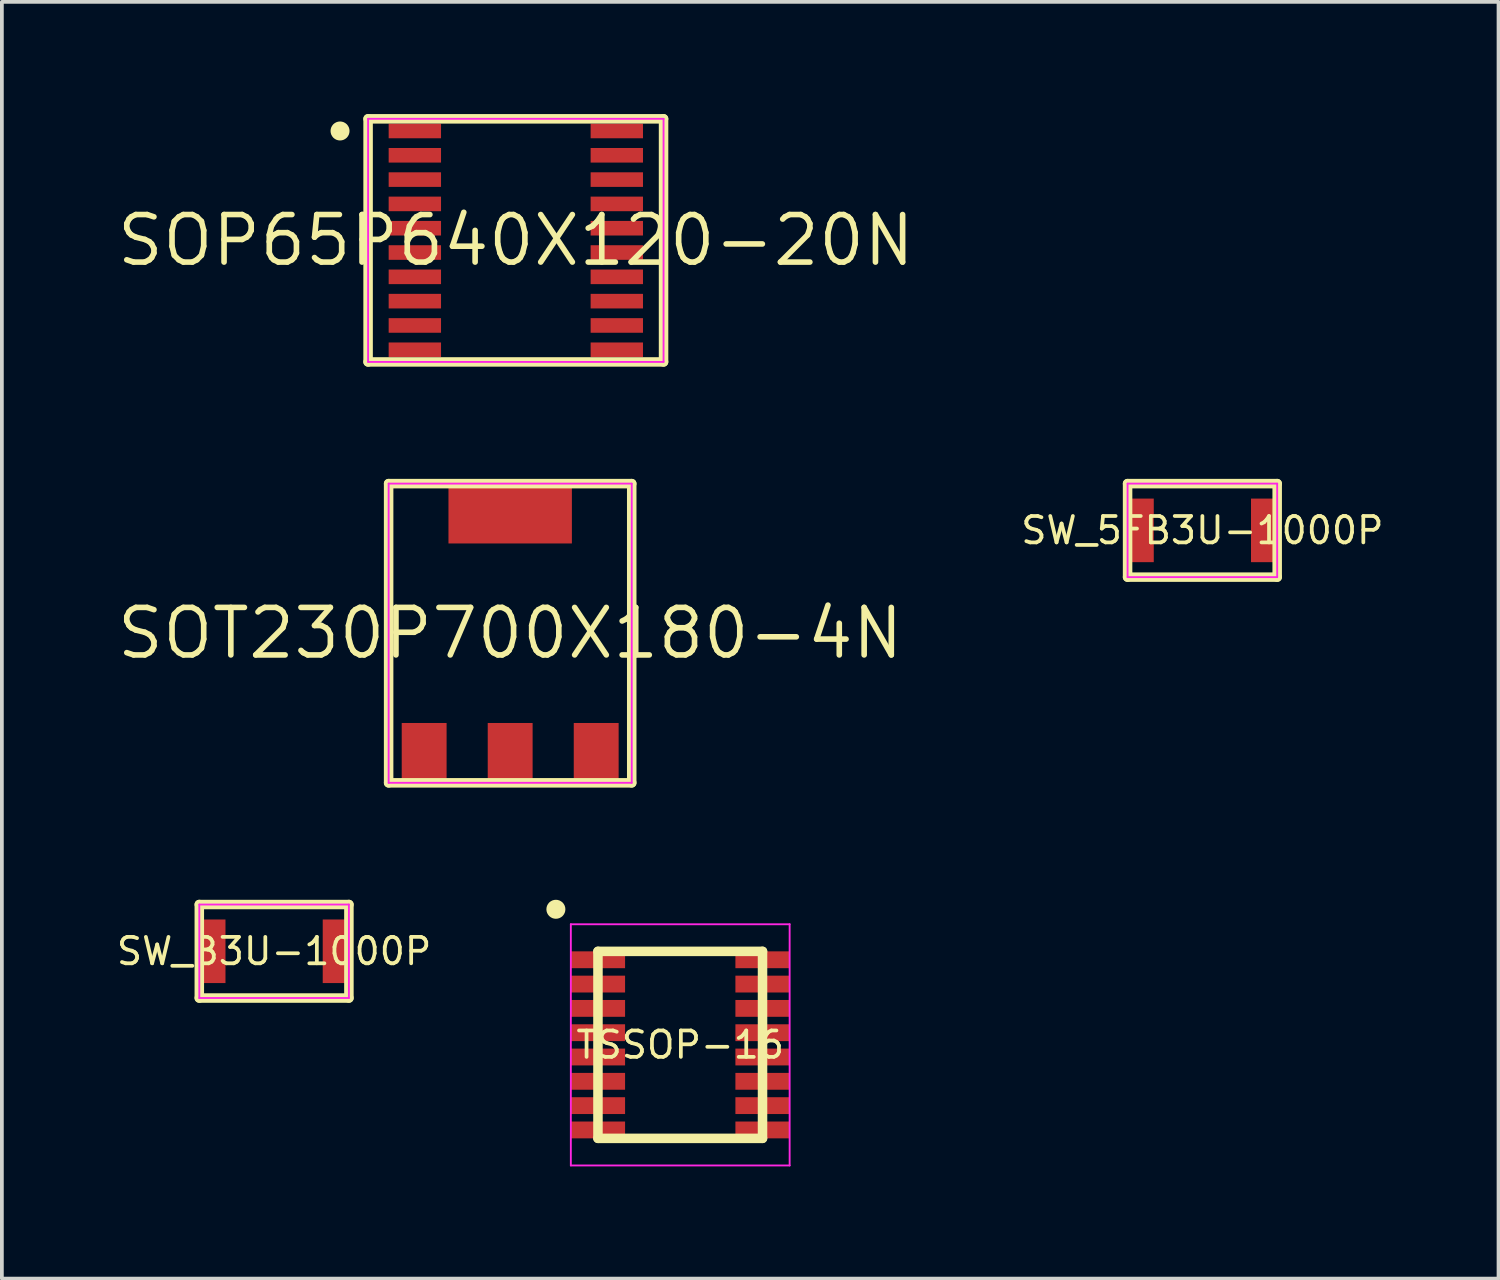
<source format=kicad_pcb>
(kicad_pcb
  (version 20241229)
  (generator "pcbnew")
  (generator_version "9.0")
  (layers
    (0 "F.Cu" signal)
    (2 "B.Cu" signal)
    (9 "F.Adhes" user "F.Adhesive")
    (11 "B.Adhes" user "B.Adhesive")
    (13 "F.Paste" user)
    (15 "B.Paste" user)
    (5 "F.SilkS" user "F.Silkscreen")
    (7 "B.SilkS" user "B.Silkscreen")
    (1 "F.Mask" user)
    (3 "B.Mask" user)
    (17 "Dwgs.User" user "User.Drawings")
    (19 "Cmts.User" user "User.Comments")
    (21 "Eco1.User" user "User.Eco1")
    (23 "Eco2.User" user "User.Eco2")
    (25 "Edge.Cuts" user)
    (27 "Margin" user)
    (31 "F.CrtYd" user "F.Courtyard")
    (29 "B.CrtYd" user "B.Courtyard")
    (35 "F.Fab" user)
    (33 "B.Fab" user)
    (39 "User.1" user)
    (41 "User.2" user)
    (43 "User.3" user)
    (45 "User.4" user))
  (footprint "SOP65P640X120-20N"
    (layer "F.Cu")
    (at 10.742 3.377)
    (property "Reference" "SOP65P640X120-20N" (at 0 0 0) (layer "F.SilkS") (effects (font (size 1.27 1.27) (thickness 0.15))))
    (attr through_hole)
    (fp_line (start -3.95 -3.25) (end -3.95 3.25) (stroke (width 0.254) (type solid)) (layer "F.SilkS"))
    (fp_line (start -3.95 3.25) (end 3.95 3.25) (stroke (width 0.254) (type solid)) (layer "F.SilkS"))
    (fp_line (start 3.95 -3.25) (end -3.95 -3.25) (stroke (width 0.254) (type solid)) (layer "F.SilkS"))
    (fp_line (start 3.95 3.25) (end 3.95 -3.25) (stroke (width 0.254) (type solid)) (layer "F.SilkS"))
    (fp_poly (pts (xy -4.446 -2.925) (xy -4.451 -2.975) (xy -4.465 -3.022) (xy -4.489 -3.066) (xy -4.52 -3.105) (xy -4.559 -3.136) (xy -4.603 -3.16) (xy -4.65 -3.174) (xy -4.7 -3.179) (xy -4.75 -3.174) (xy -4.797 -3.16) (xy -4.841 -3.136) (xy -4.88 -3.105) (xy -4.911 -3.066) (xy -4.935 -3.022) (xy -4.949 -2.975) (xy -4.954 -2.925) (xy -4.949 -2.875) (xy -4.935 -2.828) (xy -4.911 -2.784) (xy -4.88 -2.745) (xy -4.841 -2.714) (xy -4.797 -2.69) (xy -4.75 -2.676) (xy -4.7 -2.671) (xy -4.65 -2.676) (xy -4.603 -2.69) (xy -4.559 -2.714) (xy -4.52 -2.745) (xy -4.489 -2.784) (xy -4.465 -2.828) (xy -4.451 -2.875)) (stroke (width 0) (type solid)) (fill yes) (layer "F.SilkS"))
    (fp_line (start -3.95 -3.25) (end -3.95 3.25) (stroke (width 0.05) (type solid)) (layer "F.CrtYd"))
    (fp_line (start -3.95 3.25) (end 3.95 3.25) (stroke (width 0.05) (type solid)) (layer "F.CrtYd"))
    (fp_line (start 3.95 -3.25) (end -3.95 -3.25) (stroke (width 0.05) (type solid)) (layer "F.CrtYd"))
    (fp_line (start 3.95 3.25) (end 3.95 -3.25) (stroke (width 0.05) (type solid)) (layer "F.CrtYd"))
    (pad "1" smd rect (at -2.7 -2.925 270) (size 0.39 1.4) (layers "F.Cu" "F.Mask" "F.Paste"))
    (pad "2" smd rect (at -2.7 -2.275 270) (size 0.39 1.4) (layers "F.Cu" "F.Mask" "F.Paste"))
    (pad "3" smd rect (at -2.7 -1.625 270) (size 0.39 1.4) (layers "F.Cu" "F.Mask" "F.Paste"))
    (pad "4" smd rect (at -2.7 -0.975 270) (size 0.39 1.4) (layers "F.Cu" "F.Mask" "F.Paste"))
    (pad "5" smd rect (at -2.7 -0.325 270) (size 0.39 1.4) (layers "F.Cu" "F.Mask" "F.Paste"))
    (pad "6" smd rect (at -2.7 0.325 270) (size 0.39 1.4) (layers "F.Cu" "F.Mask" "F.Paste"))
    (pad "7" smd rect (at -2.7 0.975 270) (size 0.39 1.4) (layers "F.Cu" "F.Mask" "F.Paste"))
    (pad "8" smd rect (at -2.7 1.625 270) (size 0.39 1.4) (layers "F.Cu" "F.Mask" "F.Paste"))
    (pad "9" smd rect (at -2.7 2.275 270) (size 0.39 1.4) (layers "F.Cu" "F.Mask" "F.Paste"))
    (pad "10" smd rect (at -2.7 2.925 270) (size 0.39 1.4) (layers "F.Cu" "F.Mask" "F.Paste"))
    (pad "11" smd rect (at 2.7 2.925 90) (size 0.39 1.4) (layers "F.Cu" "F.Mask" "F.Paste"))
    (pad "12" smd rect (at 2.7 2.275 90) (size 0.39 1.4) (layers "F.Cu" "F.Mask" "F.Paste"))
    (pad "13" smd rect (at 2.7 1.625 90) (size 0.39 1.4) (layers "F.Cu" "F.Mask" "F.Paste"))
    (pad "14" smd rect (at 2.7 0.975 90) (size 0.39 1.4) (layers "F.Cu" "F.Mask" "F.Paste"))
    (pad "15" smd rect (at 2.7 0.325 90) (size 0.39 1.4) (layers "F.Cu" "F.Mask" "F.Paste"))
    (pad "16" smd rect (at 2.7 -0.325 90) (size 0.39 1.4) (layers "F.Cu" "F.Mask" "F.Paste"))
    (pad "17" smd rect (at 2.7 -0.975 90) (size 0.39 1.4) (layers "F.Cu" "F.Mask" "F.Paste"))
    (pad "18" smd rect (at 2.7 -1.625 90) (size 0.39 1.4) (layers "F.Cu" "F.Mask" "F.Paste"))
    (pad "19" smd rect (at 2.7 -2.275 90) (size 0.39 1.4) (layers "F.Cu" "F.Mask" "F.Paste"))
    (pad "20" smd rect (at 2.7 -2.925 90) (size 0.39 1.4) (layers "F.Cu" "F.Mask" "F.Paste")))
  (footprint "SOT230P700X180-4N"
    (layer "F.Cu")
    (at 10.591 13.881)
    (property "Reference" "SOT230P700X180-4N" (at 0 0 0) (layer "F.SilkS") (effects (font (size 1.27 1.27) (thickness 0.15))))
    (attr through_hole)
    (fp_line (start -3.25 -4) (end -3.25 4) (stroke (width 0.254) (type solid)) (layer "F.SilkS"))
    (fp_line (start -3.25 4) (end 3.25 4) (stroke (width 0.254) (type solid)) (layer "F.SilkS"))
    (fp_line (start 3.25 -4) (end -3.25 -4) (stroke (width 0.254) (type solid)) (layer "F.SilkS"))
    (fp_line (start 3.25 4) (end 3.25 -4) (stroke (width 0.254) (type solid)) (layer "F.SilkS"))
    (fp_line (start -3.25 -4) (end -3.25 4) (stroke (width 0.05) (type solid)) (layer "F.CrtYd"))
    (fp_line (start -3.25 4) (end 3.25 4) (stroke (width 0.05) (type solid)) (layer "F.CrtYd"))
    (fp_line (start 3.25 -4) (end -3.25 -4) (stroke (width 0.05) (type solid)) (layer "F.CrtYd"))
    (fp_line (start 3.25 4) (end 3.25 -4) (stroke (width 0.05) (type solid)) (layer "F.CrtYd"))
    (pad "1" smd rect (at -2.3 3.2) (size 1.2 1.6) (layers "F.Cu" "F.Mask" "F.Paste"))
    (pad "2" smd rect (at 0 3.2) (size 1.2 1.6) (layers "F.Cu" "F.Mask" "F.Paste"))
    (pad "3" smd rect (at 2.3 3.2) (size 1.2 1.6) (layers "F.Cu" "F.Mask" "F.Paste"))
    (pad "4" smd rect (at 0 -3.2) (size 3.3 1.6) (layers "F.Cu" "F.Mask" "F.Paste")))
  (footprint "SW_B3U-1000P"
    (layer "F.Cu")
    (at 4.279 22.385)
    (property "Reference" "SW_B3U-1000P" (at 0 0 0) (layer "F.SilkS") (effects (font (size 0.706 0.706) (thickness 0.1))))
    (attr through_hole)
    (fp_line (start -2 -1.25) (end -2 1.25) (stroke (width 0.254) (type solid)) (layer "F.SilkS"))
    (fp_line (start -2 1.25) (end 2 1.25) (stroke (width 0.254) (type solid)) (layer "F.SilkS"))
    (fp_line (start 2 -1.25) (end -2 -1.25) (stroke (width 0.254) (type solid)) (layer "F.SilkS"))
    (fp_line (start 2 1.25) (end 2 -1.25) (stroke (width 0.254) (type solid)) (layer "F.SilkS"))
    (fp_line (start -2 -1.25) (end -2 1.25) (stroke (width 0.05) (type solid)) (layer "F.CrtYd"))
    (fp_line (start -2 1.25) (end 2 1.25) (stroke (width 0.05) (type solid)) (layer "F.CrtYd"))
    (fp_line (start 2 -1.25) (end -2 -1.25) (stroke (width 0.05) (type solid)) (layer "F.CrtYd"))
    (fp_line (start 2 1.25) (end 2 -1.25) (stroke (width 0.05) (type solid)) (layer "F.CrtYd"))
    (pad "1" smd rect (at -1.7 0) (size 0.8 1.7) (layers "F.Cu" "F.Mask" "F.Paste"))
    (pad "2" smd rect (at 1.7 0) (size 0.8 1.7) (layers "F.Cu" "F.Mask" "F.Paste")))
  (footprint "TSSOP-16"
    (layer "F.Cu")
    (at 15.138 24.887)
    (property "Reference" "TSSOP-16" (at 0 0 0) (layer "F.SilkS") (effects (font (size 0.706 0.706) (thickness 0.1))))
    (attr through_hole)
    (fp_line (start -2.2 -2.5) (end -2.2 2.5) (stroke (width 0.254) (type solid)) (layer "F.SilkS"))
    (fp_line (start -2.2 2.5) (end 2.2 2.5) (stroke (width 0.254) (type solid)) (layer "F.SilkS"))
    (fp_line (start 2.2 -2.5) (end -2.2 -2.5) (stroke (width 0.254) (type solid)) (layer "F.SilkS"))
    (fp_line (start 2.2 2.5) (end 2.2 -2.5) (stroke (width 0.254) (type solid)) (layer "F.SilkS"))
    (fp_poly (pts (xy -3.071 -3.625) (xy -3.076 -3.675) (xy -3.09 -3.722) (xy -3.114 -3.766) (xy -3.145 -3.805) (xy -3.184 -3.836) (xy -3.228 -3.86) (xy -3.275 -3.874) (xy -3.325 -3.879) (xy -3.375 -3.874) (xy -3.422 -3.86) (xy -3.466 -3.836) (xy -3.505 -3.805) (xy -3.536 -3.766) (xy -3.56 -3.722) (xy -3.574 -3.675) (xy -3.579 -3.625) (xy -3.574 -3.575) (xy -3.56 -3.528) (xy -3.536 -3.484) (xy -3.505 -3.445) (xy -3.466 -3.414) (xy -3.422 -3.39) (xy -3.375 -3.376) (xy -3.325 -3.371) (xy -3.275 -3.376) (xy -3.228 -3.39) (xy -3.184 -3.414) (xy -3.145 -3.445) (xy -3.114 -3.484) (xy -3.09 -3.528) (xy -3.076 -3.575)) (stroke (width 0) (type solid)) (fill yes) (layer "F.SilkS"))
    (fp_line (start -2.925 -3.225) (end -2.925 3.225) (stroke (width 0.05) (type solid)) (layer "F.CrtYd"))
    (fp_line (start -2.925 3.225) (end 2.925 3.225) (stroke (width 0.05) (type solid)) (layer "F.CrtYd"))
    (fp_line (start 2.925 -3.225) (end -2.925 -3.225) (stroke (width 0.05) (type solid)) (layer "F.CrtYd"))
    (fp_line (start 2.925 3.225) (end 2.925 -3.225) (stroke (width 0.05) (type solid)) (layer "F.CrtYd"))
    (pad "1" smd rect (at -2.2 -2.275 270) (size 0.45 1.45) (layers "F.Cu" "F.Mask" "F.Paste"))
    (pad "2" smd rect (at -2.2 -1.625 270) (size 0.45 1.45) (layers "F.Cu" "F.Mask" "F.Paste"))
    (pad "3" smd rect (at -2.2 -0.975 270) (size 0.45 1.45) (layers "F.Cu" "F.Mask" "F.Paste"))
    (pad "4" smd rect (at -2.2 -0.325 270) (size 0.45 1.45) (layers "F.Cu" "F.Mask" "F.Paste"))
    (pad "5" smd rect (at -2.2 0.325 270) (size 0.45 1.45) (layers "F.Cu" "F.Mask" "F.Paste"))
    (pad "6" smd rect (at -2.2 0.975 270) (size 0.45 1.45) (layers "F.Cu" "F.Mask" "F.Paste"))
    (pad "7" smd rect (at -2.2 1.625 270) (size 0.45 1.45) (layers "F.Cu" "F.Mask" "F.Paste"))
    (pad "8" smd rect (at -2.2 2.275 270) (size 0.45 1.45) (layers "F.Cu" "F.Mask" "F.Paste"))
    (pad "9" smd rect (at 2.2 2.275 90) (size 0.45 1.45) (layers "F.Cu" "F.Mask" "F.Paste"))
    (pad "10" smd rect (at 2.2 1.625 90) (size 0.45 1.45) (layers "F.Cu" "F.Mask" "F.Paste"))
    (pad "11" smd rect (at 2.2 0.975 90) (size 0.45 1.45) (layers "F.Cu" "F.Mask" "F.Paste"))
    (pad "12" smd rect (at 2.2 0.325 90) (size 0.45 1.45) (layers "F.Cu" "F.Mask" "F.Paste"))
    (pad "13" smd rect (at 2.2 -0.325 90) (size 0.45 1.45) (layers "F.Cu" "F.Mask" "F.Paste"))
    (pad "14" smd rect (at 2.2 -0.975 90) (size 0.45 1.45) (layers "F.Cu" "F.Mask" "F.Paste"))
    (pad "15" smd rect (at 2.2 -1.625 90) (size 0.45 1.45) (layers "F.Cu" "F.Mask" "F.Paste"))
    (pad "16" smd rect (at 2.2 -2.275 90) (size 0.45 1.45) (layers "F.Cu" "F.Mask" "F.Paste")))
  (footprint "SW_5FB3U-1000P"
    (layer "F.Cu")
    (at 29.099 11.131)
    (property "Reference" "SW_5FB3U-1000P" (at 0 0 0) (layer "F.SilkS") (effects (font (size 0.706 0.706) (thickness 0.1))))
    (attr through_hole)
    (fp_line (start -2 -1.25) (end -2 1.25) (stroke (width 0.254) (type solid)) (layer "F.SilkS"))
    (fp_line (start -2 1.25) (end 2 1.25) (stroke (width 0.254) (type solid)) (layer "F.SilkS"))
    (fp_line (start 2 -1.25) (end -2 -1.25) (stroke (width 0.254) (type solid)) (layer "F.SilkS"))
    (fp_line (start 2 1.25) (end 2 -1.25) (stroke (width 0.254) (type solid)) (layer "F.SilkS"))
    (fp_line (start -2 -1.25) (end -2 1.25) (stroke (width 0.05) (type solid)) (layer "F.CrtYd"))
    (fp_line (start -2 1.25) (end 2 1.25) (stroke (width 0.05) (type solid)) (layer "F.CrtYd"))
    (fp_line (start 2 -1.25) (end -2 -1.25) (stroke (width 0.05) (type solid)) (layer "F.CrtYd"))
    (fp_line (start 2 1.25) (end 2 -1.25) (stroke (width 0.05) (type solid)) (layer "F.CrtYd"))
    (pad "1" smd rect (at -1.7 0) (size 0.8 1.7) (layers "F.Cu" "F.Mask" "F.Paste"))
    (pad "2" smd rect (at 1.7 0) (size 0.8 1.7) (layers "F.Cu" "F.Mask" "F.Paste")))
  (gr_rect
    (start -3 -3)
    (end 37.017 31.137)
    (stroke (width 0.1) (type default))
    (fill no)
    (layer "Edge.Cuts")))
</source>
